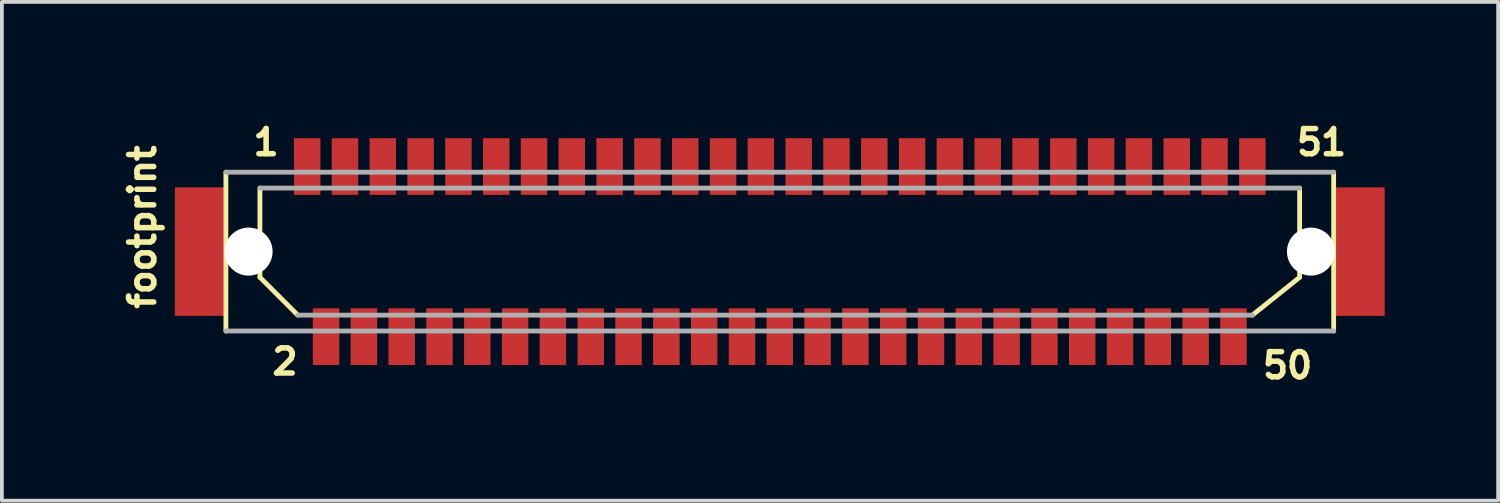
<source format=kicad_pcb>
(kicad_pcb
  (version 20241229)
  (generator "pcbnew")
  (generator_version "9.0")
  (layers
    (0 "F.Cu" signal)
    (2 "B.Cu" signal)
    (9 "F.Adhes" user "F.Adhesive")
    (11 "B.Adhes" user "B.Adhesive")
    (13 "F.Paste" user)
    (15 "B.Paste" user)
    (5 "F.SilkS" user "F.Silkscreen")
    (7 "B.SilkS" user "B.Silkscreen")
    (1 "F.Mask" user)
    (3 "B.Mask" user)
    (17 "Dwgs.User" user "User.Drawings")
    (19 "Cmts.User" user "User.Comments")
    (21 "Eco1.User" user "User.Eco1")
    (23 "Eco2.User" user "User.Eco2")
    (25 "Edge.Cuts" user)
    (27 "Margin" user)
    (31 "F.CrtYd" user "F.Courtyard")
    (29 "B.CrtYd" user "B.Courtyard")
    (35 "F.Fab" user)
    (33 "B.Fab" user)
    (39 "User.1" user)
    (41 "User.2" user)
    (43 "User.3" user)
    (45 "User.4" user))
  (footprint "footprint"
    (layer "F.Cu")
    (at 17.575 3.605)
    (property "Reference" "footprint" (at -16.47 1.587 90) (layer "F.SilkS") (effects (font (size 0.666 0.666) (thickness 0.146)) (justify left bottom)))
    (fp_line (start -14.65 2.1) (end -14.65 -2.1) (stroke (width 0.127) (type solid)) (layer "F.SilkS"))
    (fp_line (start -13.75 0.68) (end -13.75 -1.68) (stroke (width 0.127) (type solid)) (layer "F.SilkS"))
    (fp_line (start -13.75 0.68) (end -12.75 1.68) (stroke (width 0.127) (type solid)) (layer "F.SilkS"))
    (fp_line (start 13.75 -1.68) (end 13.75 0.68) (stroke (width 0.127) (type solid)) (layer "F.SilkS"))
    (fp_line (start 13.75 0.68) (end 12.5 1.68) (stroke (width 0.127) (type solid)) (layer "F.SilkS"))
    (fp_line (start 14.65 -2.1) (end 14.65 2.1) (stroke (width 0.127) (type solid)) (layer "F.SilkS"))
    (fp_line (start -14.65 -2.1) (end 14.65 -2.1) (stroke (width 0.127) (type solid)) (layer "F.Fab"))
    (fp_line (start -13.75 -1.68) (end 13.75 -1.68) (stroke (width 0.127) (type solid)) (layer "F.Fab"))
    (fp_line (start 12.5 1.68) (end -12.75 1.68) (stroke (width 0.127) (type solid)) (layer "F.Fab"))
    (fp_line (start 14.65 2.1) (end -14.65 2.1) (stroke (width 0.127) (type solid)) (layer "F.Fab"))
    (fp_text user "51" (at 13.6 -2.5 0) (layer "F.SilkS") (effects (font (size 0.666 0.666) (thickness 0.146)) (justify left bottom)))
    (fp_text user "2" (at -13.5 3.3 0) (layer "F.SilkS") (effects (font (size 0.666 0.666) (thickness 0.146)) (justify left bottom)))
    (fp_text user "50" (at 12.7 3.4 0) (layer "F.SilkS") (effects (font (size 0.666 0.666) (thickness 0.146)) (justify left bottom)))
    (fp_text user "1" (at -14 -2.5 0) (layer "F.SilkS") (effects (font (size 0.666 0.666) (thickness 0.146)) (justify left bottom)))
    (pad "" np_thru_hole circle (at -14.05 0) (size 1.27 1.27) (drill 1.27) (layers "*.Cu" "*.Mask"))
    (pad "" np_thru_hole circle (at 14.05 0) (size 1.27 1.27) (drill 1.27) (layers "*.Cu" "*.Mask"))
    (pad "1" smd rect (at -12.5 -2.25) (size 0.7 1.5) (layers "F.Cu" "F.Mask" "F.Paste"))
    (pad "2" smd rect (at -12 2.25) (size 0.7 1.5) (layers "F.Cu" "F.Mask" "F.Paste"))
    (pad "3" smd rect (at -11.5 -2.25) (size 0.7 1.5) (layers "F.Cu" "F.Mask" "F.Paste"))
    (pad "4" smd rect (at -11 2.25) (size 0.7 1.5) (layers "F.Cu" "F.Mask" "F.Paste"))
    (pad "5" smd rect (at -10.5 -2.25) (size 0.7 1.5) (layers "F.Cu" "F.Mask" "F.Paste"))
    (pad "6" smd rect (at -10 2.25) (size 0.7 1.5) (layers "F.Cu" "F.Mask" "F.Paste"))
    (pad "7" smd rect (at -9.5 -2.25) (size 0.7 1.5) (layers "F.Cu" "F.Mask" "F.Paste"))
    (pad "8" smd rect (at -9 2.25) (size 0.7 1.5) (layers "F.Cu" "F.Mask" "F.Paste"))
    (pad "9" smd rect (at -8.5 -2.25) (size 0.7 1.5) (layers "F.Cu" "F.Mask" "F.Paste"))
    (pad "10" smd rect (at -8 2.25) (size 0.7 1.5) (layers "F.Cu" "F.Mask" "F.Paste"))
    (pad "11" smd rect (at -7.5 -2.25) (size 0.7 1.5) (layers "F.Cu" "F.Mask" "F.Paste"))
    (pad "12" smd rect (at -7 2.25) (size 0.7 1.5) (layers "F.Cu" "F.Mask" "F.Paste"))
    (pad "13" smd rect (at -6.5 -2.25) (size 0.7 1.5) (layers "F.Cu" "F.Mask" "F.Paste"))
    (pad "14" smd rect (at -6 2.25) (size 0.7 1.5) (layers "F.Cu" "F.Mask" "F.Paste"))
    (pad "15" smd rect (at -5.5 -2.25) (size 0.7 1.5) (layers "F.Cu" "F.Mask" "F.Paste"))
    (pad "16" smd rect (at -5 2.25) (size 0.7 1.5) (layers "F.Cu" "F.Mask" "F.Paste"))
    (pad "17" smd rect (at -4.5 -2.25) (size 0.7 1.5) (layers "F.Cu" "F.Mask" "F.Paste"))
    (pad "18" smd rect (at -4 2.25) (size 0.7 1.5) (layers "F.Cu" "F.Mask" "F.Paste"))
    (pad "19" smd rect (at -3.5 -2.25) (size 0.7 1.5) (layers "F.Cu" "F.Mask" "F.Paste"))
    (pad "20" smd rect (at -3 2.25) (size 0.7 1.5) (layers "F.Cu" "F.Mask" "F.Paste"))
    (pad "21" smd rect (at -2.5 -2.25) (size 0.7 1.5) (layers "F.Cu" "F.Mask" "F.Paste"))
    (pad "22" smd rect (at -2 2.25) (size 0.7 1.5) (layers "F.Cu" "F.Mask" "F.Paste"))
    (pad "23" smd rect (at -1.5 -2.25) (size 0.7 1.5) (layers "F.Cu" "F.Mask" "F.Paste"))
    (pad "24" smd rect (at -1 2.25) (size 0.7 1.5) (layers "F.Cu" "F.Mask" "F.Paste"))
    (pad "25" smd rect (at -0.5 -2.25) (size 0.7 1.5) (layers "F.Cu" "F.Mask" "F.Paste"))
    (pad "26" smd rect (at 0 2.25) (size 0.7 1.5) (layers "F.Cu" "F.Mask" "F.Paste"))
    (pad "27" smd rect (at 0.5 -2.25) (size 0.7 1.5) (layers "F.Cu" "F.Mask" "F.Paste"))
    (pad "28" smd rect (at 1 2.25) (size 0.7 1.5) (layers "F.Cu" "F.Mask" "F.Paste"))
    (pad "29" smd rect (at 1.5 -2.25) (size 0.7 1.5) (layers "F.Cu" "F.Mask" "F.Paste"))
    (pad "30" smd rect (at 2 2.25) (size 0.7 1.5) (layers "F.Cu" "F.Mask" "F.Paste"))
    (pad "31" smd rect (at 2.5 -2.25) (size 0.7 1.5) (layers "F.Cu" "F.Mask" "F.Paste"))
    (pad "32" smd rect (at 3 2.25) (size 0.7 1.5) (layers "F.Cu" "F.Mask" "F.Paste"))
    (pad "33" smd rect (at 3.5 -2.25) (size 0.7 1.5) (layers "F.Cu" "F.Mask" "F.Paste"))
    (pad "34" smd rect (at 4 2.25) (size 0.7 1.5) (layers "F.Cu" "F.Mask" "F.Paste"))
    (pad "35" smd rect (at 4.5 -2.25) (size 0.7 1.5) (layers "F.Cu" "F.Mask" "F.Paste"))
    (pad "36" smd rect (at 5 2.25) (size 0.7 1.5) (layers "F.Cu" "F.Mask" "F.Paste"))
    (pad "37" smd rect (at 5.5 -2.25) (size 0.7 1.5) (layers "F.Cu" "F.Mask" "F.Paste"))
    (pad "38" smd rect (at 6 2.25) (size 0.7 1.5) (layers "F.Cu" "F.Mask" "F.Paste"))
    (pad "39" smd rect (at 6.5 -2.25) (size 0.7 1.5) (layers "F.Cu" "F.Mask" "F.Paste"))
    (pad "40" smd rect (at 7 2.25) (size 0.7 1.5) (layers "F.Cu" "F.Mask" "F.Paste"))
    (pad "41" smd rect (at 7.5 -2.25) (size 0.7 1.5) (layers "F.Cu" "F.Mask" "F.Paste"))
    (pad "42" smd rect (at 8 2.25) (size 0.7 1.5) (layers "F.Cu" "F.Mask" "F.Paste"))
    (pad "43" smd rect (at 8.5 -2.25) (size 0.7 1.5) (layers "F.Cu" "F.Mask" "F.Paste"))
    (pad "44" smd rect (at 9 2.25) (size 0.7 1.5) (layers "F.Cu" "F.Mask" "F.Paste"))
    (pad "45" smd rect (at 9.5 -2.25) (size 0.7 1.5) (layers "F.Cu" "F.Mask" "F.Paste"))
    (pad "46" smd rect (at 10 2.25) (size 0.7 1.5) (layers "F.Cu" "F.Mask" "F.Paste"))
    (pad "47" smd rect (at 10.5 -2.25) (size 0.7 1.5) (layers "F.Cu" "F.Mask" "F.Paste"))
    (pad "48" smd rect (at 11 2.25) (size 0.7 1.5) (layers "F.Cu" "F.Mask" "F.Paste"))
    (pad "49" smd rect (at 11.5 -2.25) (size 0.7 1.5) (layers "F.Cu" "F.Mask" "F.Paste"))
    (pad "50" smd rect (at 12 2.25) (size 0.7 1.5) (layers "F.Cu" "F.Mask" "F.Paste"))
    (pad "51" smd rect (at 12.5 -2.25) (size 0.7 1.5) (layers "F.Cu" "F.Mask" "F.Paste"))
    (pad "M1" smd rect (at -15.35 0) (size 1.3 3.4) (layers "F.Cu" "F.Mask" "F.Paste"))
    (pad "M2" smd rect (at 15.35 0) (size 1.3 3.4) (layers "F.Cu" "F.Mask" "F.Paste")))
  (gr_rect
    (start -3 -3)
    (end 36.575 10.193)
    (stroke (width 0.1) (type default))
    (fill no)
    (layer "Edge.Cuts")))
</source>
